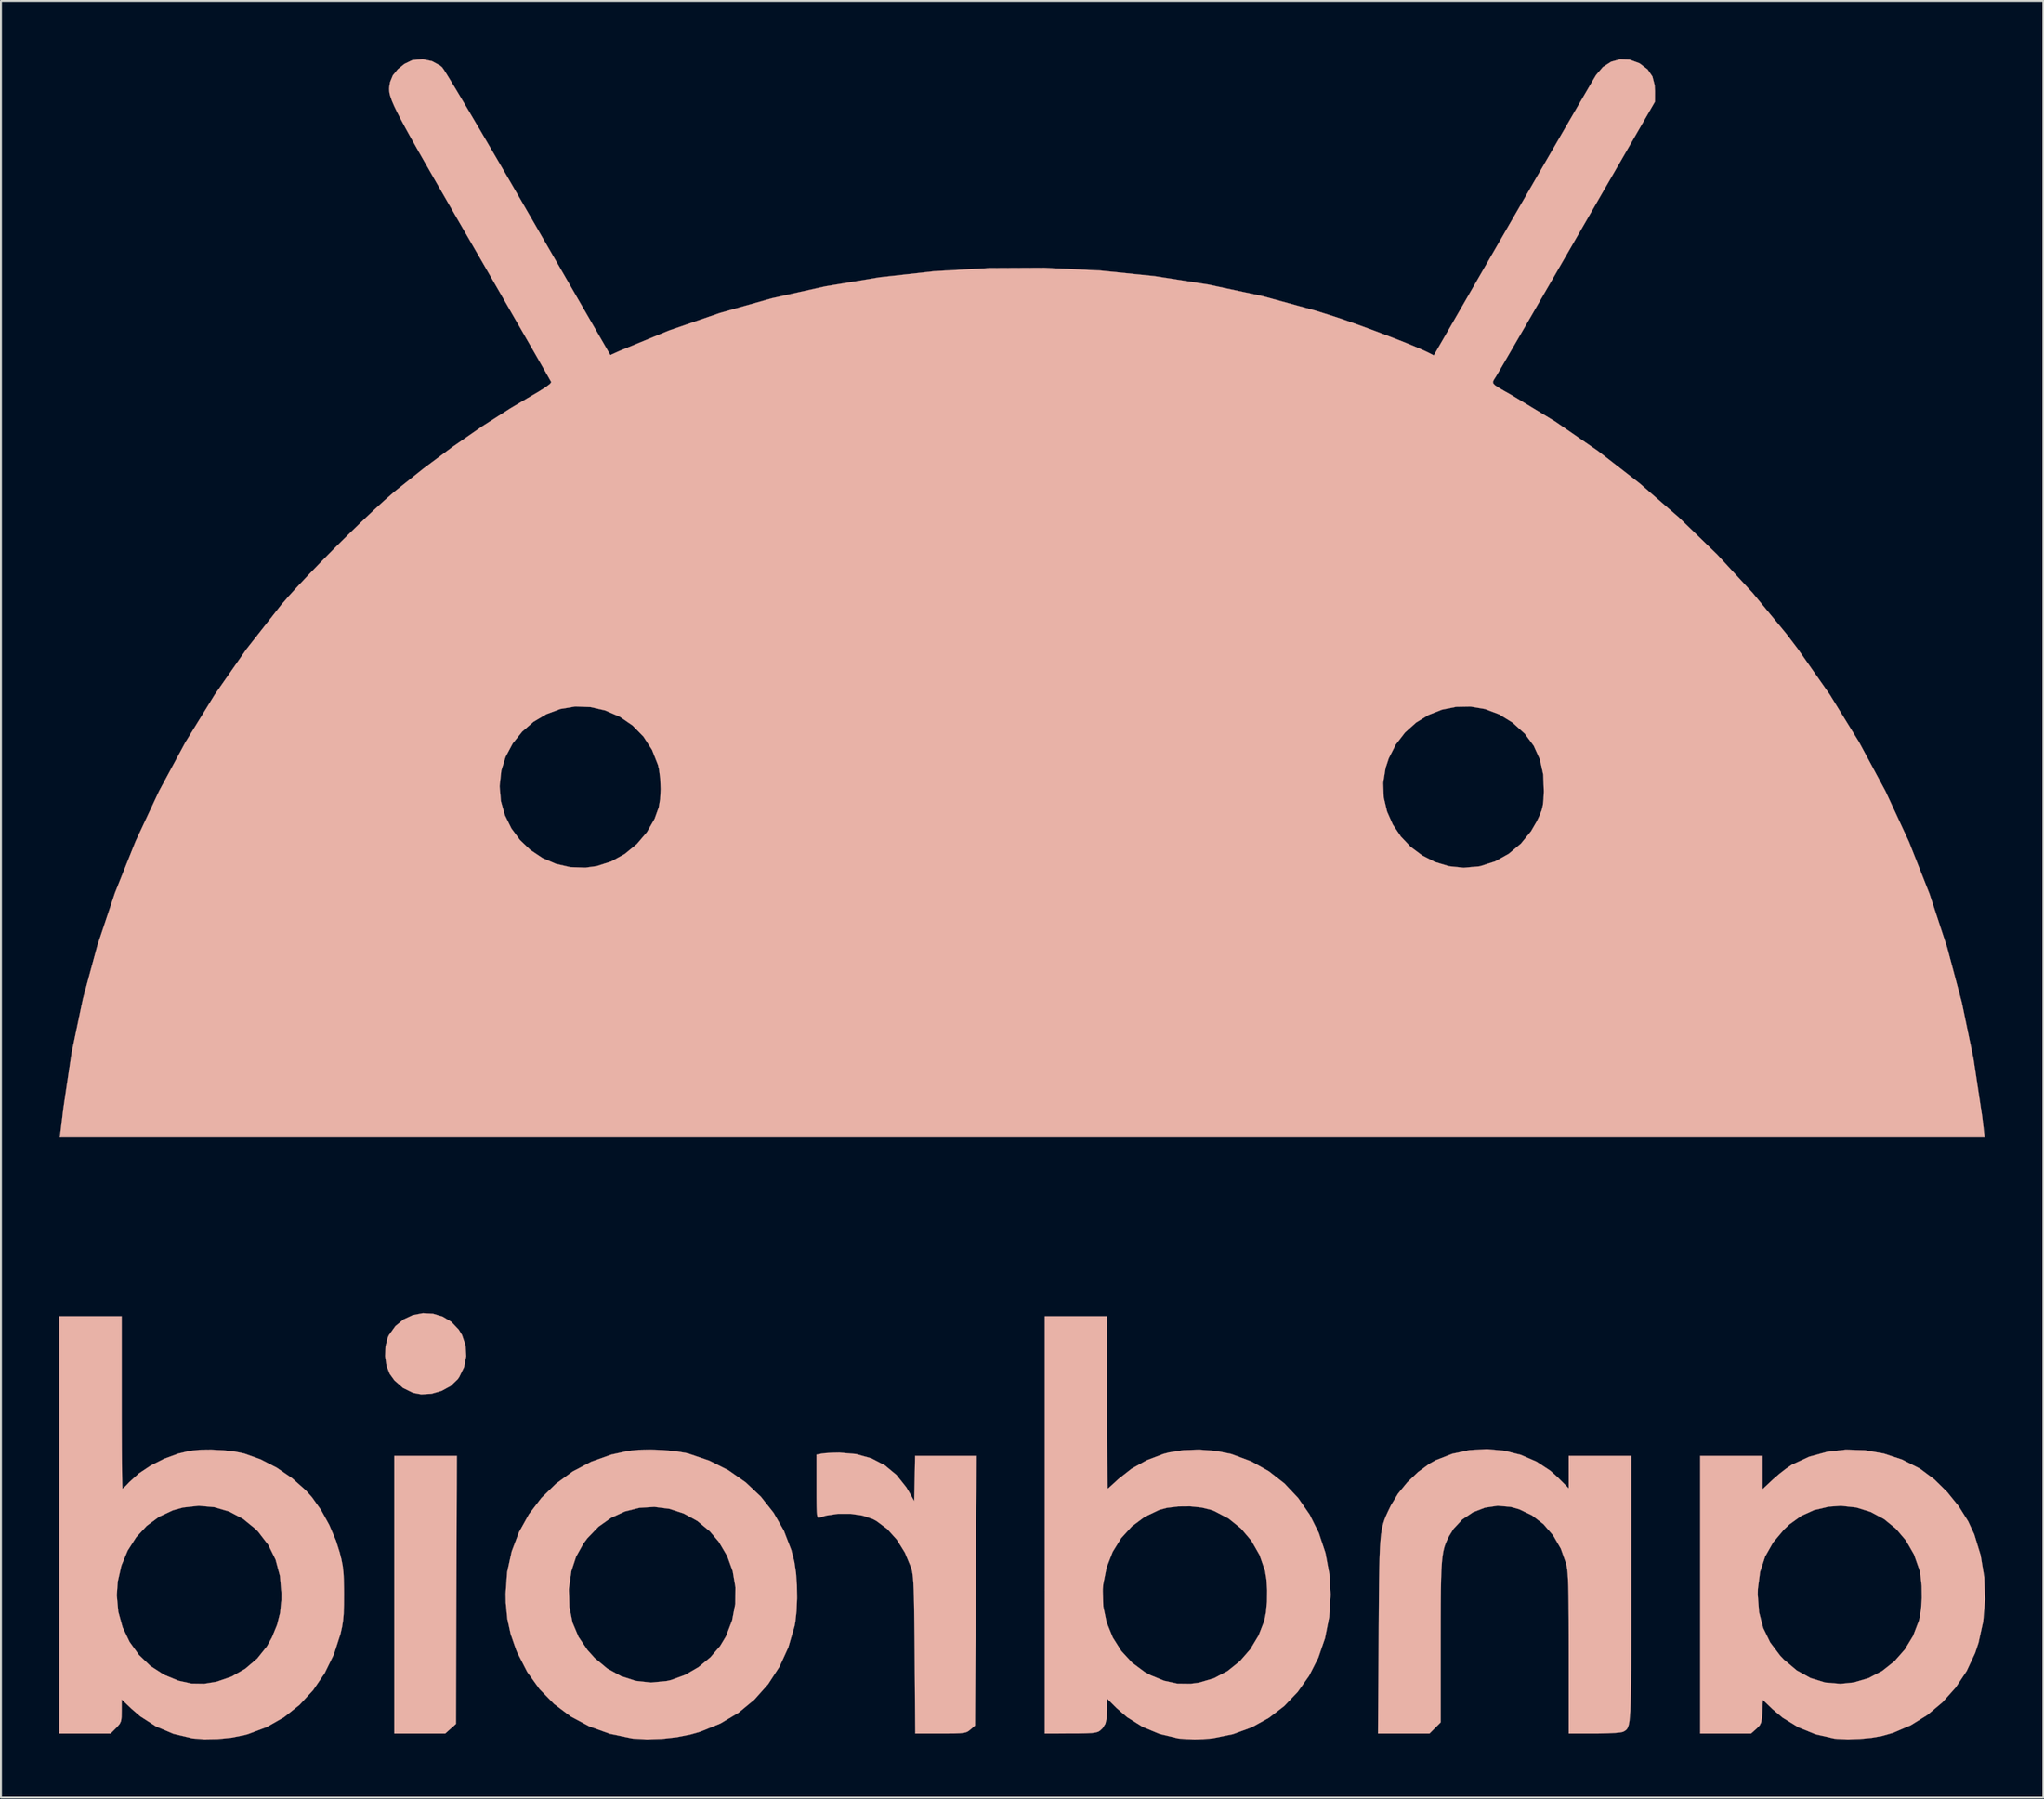
<source format=kicad_pcb>
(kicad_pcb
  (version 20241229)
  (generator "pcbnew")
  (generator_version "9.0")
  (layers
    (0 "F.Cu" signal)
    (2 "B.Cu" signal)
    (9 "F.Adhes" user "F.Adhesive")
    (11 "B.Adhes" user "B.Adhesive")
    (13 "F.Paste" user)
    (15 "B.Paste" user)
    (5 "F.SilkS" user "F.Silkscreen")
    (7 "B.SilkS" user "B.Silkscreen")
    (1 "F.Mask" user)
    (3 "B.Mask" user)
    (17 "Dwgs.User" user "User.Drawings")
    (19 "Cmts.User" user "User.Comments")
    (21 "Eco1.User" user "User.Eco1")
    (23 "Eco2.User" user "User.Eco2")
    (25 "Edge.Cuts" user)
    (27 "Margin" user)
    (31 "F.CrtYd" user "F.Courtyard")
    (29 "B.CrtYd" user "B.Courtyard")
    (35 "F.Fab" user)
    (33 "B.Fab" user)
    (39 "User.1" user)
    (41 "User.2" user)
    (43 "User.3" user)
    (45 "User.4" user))
  (footprint "android_8x10_B"
    (layer "F.Cu")
    (at 49.62 43.383)
    (property "Reference" "android_8x10_B" (at 0 0 0) (layer "B.SilkS") (effects (font (size 1.524 1.524) (thickness 0.3))))
    (attr through_hole)
    (fp_poly (pts (xy -29.145 35.525) (xy -29.168 42.432) (xy -29.444 42.679) (xy -29.721 42.926) (xy -32.343 42.926) (xy -32.343 28.617) (xy -29.121 28.617) (xy -29.145 35.525)) (stroke (width 0.01) (type solid)) (fill yes) (layer "B.SilkS"))
    (fp_poly (pts (xy -30.355 21.288) (xy -29.856 21.437) (xy -29.404 21.71) (xy -29.026 22.107) (xy -28.856 22.384) (xy -28.674 22.916) (xy -28.64 23.482) (xy -28.75 24.043) (xy -29.002 24.559) (xy -29.077 24.665) (xy -29.439 25.011) (xy -29.906 25.266) (xy -30.428 25.417) (xy -30.958 25.448) (xy -31.38 25.369) (xy -31.898 25.114) (xy -32.338 24.726) (xy -32.58 24.392) (xy -32.745 23.972) (xy -32.818 23.476) (xy -32.797 22.969) (xy -32.68 22.514) (xy -32.624 22.394) (xy -32.289 21.926) (xy -31.868 21.582) (xy -31.388 21.36) (xy -30.874 21.262) (xy -30.355 21.288)) (stroke (width 0.01) (type solid)) (fill yes) (layer "B.SilkS"))
    (fp_poly (pts (xy -8.542 28.522) (xy -7.758 28.742) (xy -7.061 29.104) (xy -6.458 29.604) (xy -5.955 30.237) (xy -5.828 30.448) (xy -5.546 30.946) (xy -5.499 28.617) (xy -3.913 28.617) (xy -2.328 28.617) (xy -2.371 35.567) (xy -2.413 42.517) (xy -2.651 42.722) (xy -2.749 42.8) (xy -2.852 42.855) (xy -2.991 42.891) (xy -3.194 42.912) (xy -3.492 42.923) (xy -3.915 42.926) (xy -4.19 42.926) (xy -5.492 42.926) (xy -5.523 38.883) (xy -5.531 37.936) (xy -5.54 37.142) (xy -5.549 36.486) (xy -5.559 35.952) (xy -5.572 35.524) (xy -5.587 35.188) (xy -5.606 34.926) (xy -5.629 34.723) (xy -5.656 34.564) (xy -5.689 34.433) (xy -5.707 34.375) (xy -6.024 33.608) (xy -6.438 32.938) (xy -6.935 32.385) (xy -7.497 31.968) (xy -7.695 31.864) (xy -8.218 31.688) (xy -8.829 31.599) (xy -9.469 31.599) (xy -10.081 31.689) (xy -10.435 31.796) (xy -10.486 31.805) (xy -10.524 31.774) (xy -10.55 31.681) (xy -10.568 31.505) (xy -10.578 31.226) (xy -10.582 30.821) (xy -10.583 30.271) (xy -10.583 30.203) (xy -10.583 28.554) (xy -10.319 28.501) (xy -10.103 28.475) (xy -9.784 28.456) (xy -9.429 28.448) (xy -9.405 28.448) (xy -8.542 28.522)) (stroke (width 0.01) (type solid)) (fill yes) (layer "B.SilkS"))
    (fp_poly (pts (xy 43.457 28.325) (xy 44.431 28.496) (xy 45.372 28.806) (xy 46.257 29.256) (xy 46.332 29.303) (xy 47.031 29.825) (xy 47.694 30.475) (xy 48.289 31.21) (xy 48.78 31.99) (xy 49.094 32.664) (xy 49.422 33.736) (xy 49.608 34.863) (xy 49.652 36.011) (xy 49.554 37.15) (xy 49.314 38.245) (xy 49.139 38.772) (xy 48.706 39.698) (xy 48.14 40.55) (xy 47.458 41.312) (xy 46.68 41.967) (xy 45.824 42.499) (xy 44.909 42.89) (xy 44.343 43.05) (xy 43.803 43.144) (xy 43.193 43.202) (xy 42.58 43.222) (xy 42.036 43.2) (xy 41.868 43.18) (xy 40.913 42.964) (xy 40.022 42.603) (xy 39.217 42.108) (xy 38.703 41.675) (xy 38.197 41.19) (xy 38.168 41.813) (xy 38.146 42.143) (xy 38.109 42.355) (xy 38.036 42.503) (xy 37.911 42.638) (xy 37.864 42.681) (xy 37.589 42.926) (xy 34.967 42.926) (xy 34.967 35.772) (xy 37.933 35.772) (xy 38.002 36.674) (xy 38.215 37.49) (xy 38.576 38.233) (xy 39.09 38.916) (xy 39.285 39.121) (xy 39.944 39.675) (xy 40.652 40.068) (xy 41.405 40.298) (xy 42.198 40.365) (xy 42.889 40.294) (xy 43.647 40.072) (xy 44.35 39.703) (xy 44.979 39.205) (xy 45.517 38.595) (xy 45.943 37.892) (xy 46.24 37.115) (xy 46.263 37.029) (xy 46.351 36.527) (xy 46.39 35.935) (xy 46.381 35.324) (xy 46.323 34.763) (xy 46.269 34.498) (xy 45.985 33.693) (xy 45.576 32.98) (xy 45.058 32.371) (xy 44.447 31.875) (xy 43.76 31.506) (xy 43.012 31.274) (xy 42.22 31.19) (xy 41.584 31.235) (xy 40.838 31.409) (xy 40.181 31.704) (xy 39.575 32.14) (xy 39.292 32.406) (xy 38.726 33.077) (xy 38.315 33.804) (xy 38.055 34.599) (xy 37.94 35.476) (xy 37.933 35.772) (xy 34.967 35.772) (xy 34.967 28.617) (xy 38.185 28.617) (xy 38.185 30.33) (xy 38.726 29.824) (xy 39.042 29.549) (xy 39.382 29.285) (xy 39.68 29.082) (xy 39.721 29.058) (xy 40.583 28.661) (xy 41.509 28.407) (xy 42.475 28.295) (xy 43.457 28.325)) (stroke (width 0.01) (type solid)) (fill yes) (layer "B.SilkS"))
    (fp_poly (pts (xy -18.496 28.316) (xy -17.871 28.374) (xy -17.332 28.462) (xy -17.187 28.497) (xy -16.11 28.862) (xy -15.121 29.361) (xy -14.232 29.983) (xy -13.453 30.716) (xy -12.794 31.55) (xy -12.265 32.476) (xy -11.877 33.482) (xy -11.725 34.078) (xy -11.642 34.625) (xy -11.595 35.268) (xy -11.586 35.947) (xy -11.612 36.605) (xy -11.676 37.182) (xy -11.715 37.39) (xy -12.034 38.481) (xy -12.491 39.482) (xy -13.077 40.384) (xy -13.785 41.178) (xy -14.605 41.855) (xy -15.53 42.406) (xy -16.551 42.824) (xy -17.05 42.968) (xy -17.774 43.112) (xy -18.556 43.199) (xy -19.326 43.224) (xy -20.019 43.184) (xy -20.1 43.174) (xy -21.235 42.939) (xy -22.286 42.562) (xy -23.246 42.049) (xy -24.105 41.405) (xy -24.857 40.638) (xy -25.493 39.753) (xy -26.004 38.757) (xy -26.071 38.596) (xy -26.346 37.801) (xy -26.517 37.023) (xy -26.597 36.195) (xy -26.607 35.729) (xy -26.592 35.518) (xy -23.346 35.518) (xy -23.323 36.406) (xy -23.16 37.208) (xy -22.851 37.942) (xy -22.388 38.625) (xy -22.016 39.038) (xy -21.369 39.578) (xy -20.657 39.972) (xy -19.897 40.215) (xy -19.109 40.301) (xy -18.309 40.224) (xy -18.08 40.172) (xy -17.351 39.905) (xy -16.664 39.506) (xy -16.052 39.001) (xy -15.548 38.416) (xy -15.249 37.919) (xy -14.931 37.092) (xy -14.769 36.244) (xy -14.76 35.395) (xy -14.901 34.565) (xy -15.188 33.775) (xy -15.618 33.046) (xy -16.08 32.504) (xy -16.725 31.97) (xy -17.429 31.583) (xy -18.173 31.342) (xy -18.939 31.245) (xy -19.705 31.291) (xy -20.453 31.477) (xy -21.163 31.801) (xy -21.816 32.262) (xy -22.392 32.858) (xy -22.595 33.131) (xy -22.974 33.808) (xy -23.219 34.552) (xy -23.339 35.39) (xy -23.346 35.518) (xy -26.592 35.518) (xy -26.527 34.61) (xy -26.294 33.545) (xy -25.916 32.546) (xy -25.403 31.622) (xy -24.765 30.787) (xy -24.011 30.05) (xy -23.153 29.424) (xy -22.198 28.92) (xy -21.157 28.55) (xy -20.286 28.359) (xy -19.764 28.307) (xy -19.148 28.293) (xy -18.496 28.316)) (stroke (width 0.01) (type solid)) (fill yes) (layer "B.SilkS"))
    (fp_poly (pts (xy 24.872 28.35) (xy 25.729 28.566) (xy 26.526 28.911) (xy 27.242 29.381) (xy 27.61 29.709) (xy 28.194 30.293) (xy 28.194 28.617) (xy 31.411 28.617) (xy 31.411 35.437) (xy 31.411 36.704) (xy 31.411 37.813) (xy 31.409 38.775) (xy 31.406 39.599) (xy 31.401 40.299) (xy 31.392 40.883) (xy 31.381 41.364) (xy 31.365 41.752) (xy 31.344 42.058) (xy 31.318 42.294) (xy 31.286 42.469) (xy 31.247 42.595) (xy 31.201 42.683) (xy 31.147 42.744) (xy 31.085 42.789) (xy 31.013 42.828) (xy 30.993 42.839) (xy 30.851 42.87) (xy 30.572 42.896) (xy 30.187 42.915) (xy 29.728 42.925) (xy 29.512 42.926) (xy 28.194 42.926) (xy 28.194 38.811) (xy 28.193 37.838) (xy 28.191 37.019) (xy 28.186 36.339) (xy 28.179 35.782) (xy 28.169 35.332) (xy 28.155 34.975) (xy 28.137 34.695) (xy 28.115 34.476) (xy 28.088 34.303) (xy 28.06 34.175) (xy 27.784 33.396) (xy 27.388 32.711) (xy 26.887 32.134) (xy 26.296 31.679) (xy 25.627 31.361) (xy 25.204 31.245) (xy 24.529 31.187) (xy 23.87 31.284) (xy 23.253 31.522) (xy 22.706 31.89) (xy 22.253 32.375) (xy 22.019 32.755) (xy 21.925 32.945) (xy 21.847 33.127) (xy 21.781 33.319) (xy 21.728 33.535) (xy 21.686 33.791) (xy 21.653 34.104) (xy 21.629 34.489) (xy 21.612 34.962) (xy 21.6 35.539) (xy 21.594 36.235) (xy 21.591 37.066) (xy 21.59 38.049) (xy 21.59 38.211) (xy 21.59 42.35) (xy 21.302 42.638) (xy 21.014 42.926) (xy 18.362 42.926) (xy 18.395 37.867) (xy 18.402 36.773) (xy 18.409 35.834) (xy 18.417 35.034) (xy 18.428 34.36) (xy 18.443 33.795) (xy 18.463 33.327) (xy 18.49 32.939) (xy 18.525 32.617) (xy 18.57 32.347) (xy 18.626 32.113) (xy 18.695 31.901) (xy 18.777 31.696) (xy 18.874 31.483) (xy 18.988 31.248) (xy 19.033 31.157) (xy 19.392 30.563) (xy 19.871 29.979) (xy 20.425 29.451) (xy 21.012 29.021) (xy 21.336 28.84) (xy 22.19 28.508) (xy 23.08 28.318) (xy 23.982 28.267) (xy 24.872 28.35)) (stroke (width 0.01) (type solid)) (fill yes) (layer "B.SilkS"))
    (fp_poly (pts (xy 4.403 25.866) (xy 4.403 26.715) (xy 4.404 27.512) (xy 4.406 28.239) (xy 4.408 28.882) (xy 4.411 29.425) (xy 4.415 29.852) (xy 4.419 30.148) (xy 4.423 30.296) (xy 4.424 30.311) (xy 4.492 30.257) (xy 4.652 30.113) (xy 4.877 29.906) (xy 4.983 29.808) (xy 5.658 29.279) (xy 6.443 28.841) (xy 7.293 28.518) (xy 7.589 28.439) (xy 8.332 28.322) (xy 9.149 28.295) (xy 9.975 28.357) (xy 10.743 28.506) (xy 10.822 28.528) (xy 11.821 28.899) (xy 12.73 29.407) (xy 13.54 30.04) (xy 14.245 30.789) (xy 14.837 31.642) (xy 15.308 32.588) (xy 15.65 33.616) (xy 15.855 34.715) (xy 15.917 35.772) (xy 15.844 36.926) (xy 15.628 38.014) (xy 15.28 39.026) (xy 14.808 39.952) (xy 14.219 40.784) (xy 13.524 41.51) (xy 12.73 42.121) (xy 11.846 42.608) (xy 10.881 42.96) (xy 9.844 43.169) (xy 9.332 43.214) (xy 8.908 43.223) (xy 8.467 43.21) (xy 8.096 43.178) (xy 8.052 43.172) (xy 7.106 42.948) (xy 6.224 42.582) (xy 5.428 42.083) (xy 4.882 41.609) (xy 4.403 41.13) (xy 4.403 41.695) (xy 4.381 42.12) (xy 4.306 42.425) (xy 4.164 42.653) (xy 4.033 42.776) (xy 3.941 42.833) (xy 3.807 42.873) (xy 3.606 42.9) (xy 3.309 42.915) (xy 2.889 42.923) (xy 2.519 42.924) (xy 1.185 42.926) (xy 1.185 35.518) (xy 4.173 35.518) (xy 4.199 36.378) (xy 4.375 37.205) (xy 4.689 37.978) (xy 5.13 38.676) (xy 5.685 39.278) (xy 6.344 39.765) (xy 6.629 39.919) (xy 7.338 40.209) (xy 8.013 40.355) (xy 8.7 40.363) (xy 9.154 40.301) (xy 9.909 40.078) (xy 10.611 39.705) (xy 11.239 39.202) (xy 11.778 38.583) (xy 12.208 37.868) (xy 12.497 37.126) (xy 12.588 36.679) (xy 12.639 36.131) (xy 12.647 35.547) (xy 12.613 34.992) (xy 12.538 34.544) (xy 12.254 33.725) (xy 11.835 32.99) (xy 11.297 32.356) (xy 10.652 31.84) (xy 9.916 31.456) (xy 9.772 31.401) (xy 9.27 31.277) (xy 8.678 31.217) (xy 8.062 31.222) (xy 7.484 31.292) (xy 7.091 31.396) (xy 6.336 31.755) (xy 5.677 32.245) (xy 5.123 32.853) (xy 4.684 33.562) (xy 4.373 34.36) (xy 4.198 35.229) (xy 4.173 35.518) (xy 1.185 35.518) (xy 1.185 21.421) (xy 4.403 21.421) (xy 4.403 25.866)) (stroke (width 0.01) (type solid)) (fill yes) (layer "B.SilkS"))
    (fp_poly (pts (xy -46.397 25.866) (xy -46.397 26.715) (xy -46.394 27.512) (xy -46.391 28.239) (xy -46.386 28.882) (xy -46.38 29.425) (xy -46.374 29.852) (xy -46.366 30.148) (xy -46.358 30.296) (xy -46.355 30.311) (xy -46.279 30.253) (xy -46.13 30.105) (xy -46.006 29.972) (xy -45.516 29.525) (xy -44.902 29.116) (xy -44.209 28.766) (xy -43.481 28.499) (xy -42.889 28.358) (xy -42.385 28.305) (xy -41.784 28.297) (xy -41.152 28.328) (xy -40.556 28.397) (xy -40.09 28.492) (xy -39.245 28.793) (xy -38.405 29.227) (xy -37.615 29.767) (xy -36.921 30.381) (xy -36.591 30.747) (xy -36.123 31.406) (xy -35.7 32.173) (xy -35.353 32.987) (xy -35.161 33.595) (xy -35.072 33.951) (xy -35.01 34.268) (xy -34.971 34.595) (xy -34.949 34.977) (xy -34.939 35.46) (xy -34.937 35.729) (xy -34.94 36.294) (xy -34.955 36.735) (xy -34.986 37.097) (xy -35.038 37.426) (xy -35.114 37.768) (xy -35.12 37.793) (xy -35.463 38.851) (xy -35.937 39.82) (xy -36.53 40.69) (xy -37.233 41.45) (xy -38.036 42.088) (xy -38.927 42.595) (xy -39.897 42.959) (xy -40.081 43.008) (xy -40.732 43.136) (xy -41.443 43.208) (xy -42.141 43.221) (xy -42.755 43.171) (xy -42.756 43.171) (xy -43.73 42.941) (xy -44.628 42.562) (xy -45.442 42.039) (xy -45.899 41.644) (xy -46.397 41.167) (xy -46.397 41.758) (xy -46.403 42.077) (xy -46.432 42.284) (xy -46.504 42.436) (xy -46.637 42.59) (xy -46.685 42.638) (xy -46.973 42.926) (xy -49.615 42.926) (xy -49.615 35.802) (xy -46.65 35.802) (xy -46.573 36.647) (xy -46.349 37.456) (xy -45.99 38.207) (xy -45.509 38.877) (xy -44.921 39.444) (xy -44.238 39.885) (xy -44.184 39.913) (xy -43.478 40.204) (xy -42.811 40.352) (xy -42.141 40.362) (xy -41.495 40.256) (xy -40.729 39.992) (xy -40.026 39.588) (xy -39.412 39.064) (xy -38.912 38.439) (xy -38.659 37.986) (xy -38.39 37.331) (xy -38.231 36.705) (xy -38.165 36.032) (xy -38.161 35.729) (xy -38.239 34.806) (xy -38.465 33.964) (xy -38.84 33.203) (xy -39.364 32.521) (xy -39.497 32.385) (xy -40.14 31.862) (xy -40.856 31.484) (xy -41.625 31.258) (xy -42.426 31.188) (xy -43.239 31.277) (xy -43.754 31.419) (xy -44.472 31.753) (xy -45.109 32.223) (xy -45.652 32.811) (xy -46.09 33.498) (xy -46.41 34.266) (xy -46.6 35.097) (xy -46.65 35.802) (xy -49.615 35.802) (xy -49.615 21.421) (xy -46.397 21.421) (xy -46.397 25.866)) (stroke (width 0.01) (type solid)) (fill yes) (layer "B.SilkS"))
    (fp_poly (pts (xy -30.404 -43.278) (xy -29.989 -43.055) (xy -29.881 -42.962) (xy -29.806 -42.858) (xy -29.652 -42.617) (xy -29.427 -42.25) (xy -29.135 -41.767) (xy -28.784 -41.178) (xy -28.378 -40.493) (xy -27.925 -39.724) (xy -27.43 -38.879) (xy -26.899 -37.97) (xy -26.338 -37.006) (xy -25.754 -35.998) (xy -25.427 -35.432) (xy -21.21 -28.13) (xy -20.744 -28.339) (xy -18.19 -29.394) (xy -15.561 -30.301) (xy -12.87 -31.061) (xy -10.126 -31.672) (xy -7.341 -32.135) (xy -4.525 -32.449) (xy -1.689 -32.612) (xy 1.156 -32.626) (xy 4 -32.489) (xy 6.832 -32.2) (xy 9.64 -31.759) (xy 12.415 -31.166) (xy 15.145 -30.42) (xy 16.079 -30.126) (xy 16.636 -29.938) (xy 17.259 -29.719) (xy 17.918 -29.479) (xy 18.584 -29.229) (xy 19.228 -28.982) (xy 19.821 -28.748) (xy 20.331 -28.538) (xy 20.732 -28.363) (xy 20.926 -28.271) (xy 21.237 -28.113) (xy 25.279 -35.118) (xy 25.863 -36.129) (xy 26.427 -37.106) (xy 26.966 -38.037) (xy 27.473 -38.912) (xy 27.941 -39.72) (xy 28.364 -40.449) (xy 28.736 -41.089) (xy 29.051 -41.629) (xy 29.302 -42.058) (xy 29.482 -42.365) (xy 29.587 -42.54) (xy 29.601 -42.563) (xy 29.949 -42.972) (xy 30.372 -43.245) (xy 30.843 -43.375) (xy 31.335 -43.354) (xy 31.82 -43.175) (xy 31.863 -43.151) (xy 32.255 -42.853) (xy 32.503 -42.491) (xy 32.621 -42.039) (xy 32.637 -41.741) (xy 32.635 -41.19) (xy 28.627 -34.248) (xy 28.048 -33.244) (xy 27.49 -32.278) (xy 26.958 -31.359) (xy 26.46 -30.498) (xy 26.002 -29.707) (xy 25.589 -28.996) (xy 25.229 -28.375) (xy 24.927 -27.855) (xy 24.689 -27.447) (xy 24.521 -27.162) (xy 24.431 -27.011) (xy 24.421 -26.995) (xy 24.334 -26.86) (xy 24.287 -26.759) (xy 24.298 -26.67) (xy 24.386 -26.575) (xy 24.568 -26.452) (xy 24.862 -26.281) (xy 25.231 -26.074) (xy 27.487 -24.708) (xy 29.691 -23.19) (xy 31.826 -21.533) (xy 33.879 -19.75) (xy 35.835 -17.854) (xy 37.679 -15.858) (xy 39.397 -13.775) (xy 39.989 -12.996) (xy 41.65 -10.622) (xy 43.16 -8.17) (xy 44.521 -5.64) (xy 45.73 -3.035) (xy 46.788 -0.354) (xy 47.694 2.401) (xy 48.449 5.229) (xy 49.051 8.129) (xy 49.5 11.1) (xy 49.572 11.705) (xy 49.627 12.192) (xy -49.591 12.192) (xy -49.563 12.002) (xy -49.543 11.849) (xy -49.508 11.566) (xy -49.462 11.19) (xy -49.41 10.759) (xy -49.399 10.668) (xy -48.979 7.843) (xy -48.395 5.052) (xy -47.649 2.3) (xy -46.745 -0.405) (xy -45.685 -3.056) (xy -44.473 -5.647) (xy -44.334 -5.904) (xy -26.918 -5.904) (xy -26.85 -5.131) (xy -26.643 -4.402) (xy -26.311 -3.729) (xy -25.867 -3.129) (xy -25.327 -2.614) (xy -24.705 -2.201) (xy -24.014 -1.902) (xy -23.271 -1.733) (xy -22.489 -1.708) (xy -21.912 -1.787) (xy -21.16 -2.027) (xy -20.463 -2.413) (xy -19.844 -2.922) (xy -19.324 -3.533) (xy -18.927 -4.225) (xy -18.713 -4.82) (xy -18.642 -5.242) (xy -18.617 -5.758) (xy -18.63 -6.074) (xy 18.625 -6.074) (xy 18.656 -5.32) (xy 18.827 -4.598) (xy 19.125 -3.924) (xy 19.536 -3.312) (xy 20.045 -2.777) (xy 20.638 -2.334) (xy 21.3 -1.997) (xy 22.019 -1.782) (xy 22.778 -1.702) (xy 23.565 -1.772) (xy 23.639 -1.787) (xy 24.401 -2.03) (xy 25.104 -2.422) (xy 25.727 -2.944) (xy 26.249 -3.582) (xy 26.549 -4.099) (xy 26.702 -4.423) (xy 26.801 -4.681) (xy 26.86 -4.934) (xy 26.892 -5.241) (xy 26.91 -5.633) (xy 26.877 -6.509) (xy 26.704 -7.292) (xy 26.388 -7.991) (xy 25.925 -8.615) (xy 25.31 -9.173) (xy 25.294 -9.186) (xy 24.603 -9.612) (xy 23.875 -9.885) (xy 23.128 -10.011) (xy 22.38 -9.997) (xy 21.65 -9.85) (xy 20.956 -9.576) (xy 20.317 -9.182) (xy 19.752 -8.674) (xy 19.278 -8.059) (xy 18.914 -7.344) (xy 18.75 -6.847) (xy 18.625 -6.074) (xy -18.63 -6.074) (xy -18.638 -6.297) (xy -18.703 -6.79) (xy -18.754 -7.004) (xy -19.06 -7.779) (xy -19.5 -8.46) (xy -20.061 -9.035) (xy -20.726 -9.49) (xy -21.484 -9.815) (xy -22.232 -9.986) (xy -23.016 -10.015) (xy -23.781 -9.889) (xy -24.505 -9.621) (xy -25.17 -9.227) (xy -25.756 -8.718) (xy -26.242 -8.111) (xy -26.611 -7.418) (xy -26.83 -6.706) (xy -26.918 -5.904) (xy -44.334 -5.904) (xy -43.112 -8.171) (xy -41.604 -10.62) (xy -39.952 -12.988) (xy -38.18 -15.245) (xy -37.781 -15.706) (xy -37.279 -16.255) (xy -36.699 -16.87) (xy -36.063 -17.527) (xy -35.396 -18.202) (xy -34.719 -18.872) (xy -34.057 -19.515) (xy -33.433 -20.106) (xy -32.87 -20.622) (xy -32.392 -21.04) (xy -32.303 -21.114) (xy -30.843 -22.28) (xy -29.339 -23.399) (xy -27.828 -24.446) (xy -26.346 -25.394) (xy -25.332 -25.993) (xy -24.883 -26.256) (xy -24.545 -26.472) (xy -24.331 -26.632) (xy -24.254 -26.726) (xy -24.255 -26.734) (xy -24.302 -26.821) (xy -24.428 -27.044) (xy -24.627 -27.394) (xy -24.894 -27.86) (xy -25.222 -28.432) (xy -25.605 -29.099) (xy -26.039 -29.853) (xy -26.516 -30.682) (xy -27.031 -31.576) (xy -27.579 -32.526) (xy -28.153 -33.52) (xy -28.415 -33.973) (xy -29.112 -35.179) (xy -29.729 -36.248) (xy -30.271 -37.189) (xy -30.742 -38.011) (xy -31.147 -38.723) (xy -31.492 -39.335) (xy -31.78 -39.856) (xy -32.016 -40.295) (xy -32.204 -40.662) (xy -32.351 -40.965) (xy -32.459 -41.215) (xy -32.535 -41.42) (xy -32.582 -41.59) (xy -32.605 -41.734) (xy -32.61 -41.862) (xy -32.599 -41.981) (xy -32.579 -42.103) (xy -32.559 -42.209) (xy -32.423 -42.541) (xy -32.163 -42.863) (xy -31.824 -43.135) (xy -31.449 -43.316) (xy -31.362 -43.34) (xy -30.88 -43.378) (xy -30.404 -43.278)) (stroke (width 0.01) (type solid)) (fill yes) (layer "B.SilkS")))
  (gr_rect
    (start -3 -3)
    (end 102.277 89.612)
    (stroke (width 0.1) (type default))
    (fill no)
    (layer "Edge.Cuts")))
</source>
